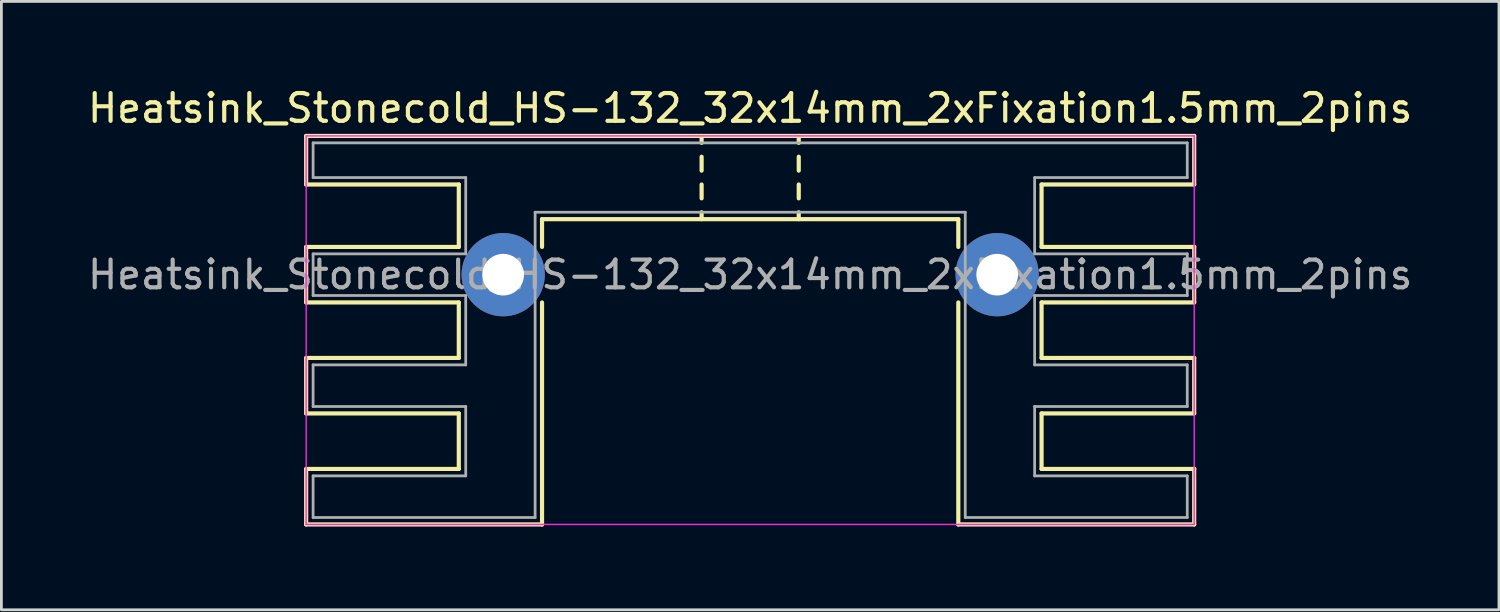
<source format=kicad_pcb>
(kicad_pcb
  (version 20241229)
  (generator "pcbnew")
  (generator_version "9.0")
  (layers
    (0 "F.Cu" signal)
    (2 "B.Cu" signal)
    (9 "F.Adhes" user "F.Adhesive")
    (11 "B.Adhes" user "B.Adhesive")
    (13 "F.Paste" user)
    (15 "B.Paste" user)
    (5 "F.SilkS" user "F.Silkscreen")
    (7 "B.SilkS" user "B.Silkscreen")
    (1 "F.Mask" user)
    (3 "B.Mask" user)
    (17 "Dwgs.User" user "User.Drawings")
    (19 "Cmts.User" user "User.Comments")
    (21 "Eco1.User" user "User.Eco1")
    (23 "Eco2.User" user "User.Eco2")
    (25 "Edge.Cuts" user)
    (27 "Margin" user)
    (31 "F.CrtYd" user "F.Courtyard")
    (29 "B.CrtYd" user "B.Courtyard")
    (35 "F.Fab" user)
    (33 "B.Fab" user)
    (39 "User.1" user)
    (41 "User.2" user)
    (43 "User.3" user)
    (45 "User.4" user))
  (footprint "Heatsink_Stonecold_HS-132_32x14mm_2xFixation1.5mm_2pins"
    (layer "F.Cu")
    (at 23.982 6.848)
    (property "Reference" "Heatsink_Stonecold_HS-132_32x14mm_2xFixation1.5mm_2pins" (at 0 -6 0) (layer "F.SilkS") (effects (font (size 1 1) (thickness 0.15))))
    (attr through_hole)
    (fp_line (start -16 -5) (end 16 -5) (stroke (width 0.15) (type solid)) (layer "F.SilkS"))
    (fp_line (start -16 -3.25) (end -16 -5) (stroke (width 0.15) (type solid)) (layer "F.SilkS"))
    (fp_line (start -16 -1) (end -16 1) (stroke (width 0.15) (type solid)) (layer "F.SilkS"))
    (fp_line (start -16 1) (end -10.5 1) (stroke (width 0.15) (type solid)) (layer "F.SilkS"))
    (fp_line (start -16 3) (end -16 5) (stroke (width 0.15) (type solid)) (layer "F.SilkS"))
    (fp_line (start -16 5) (end -10.5 5) (stroke (width 0.15) (type solid)) (layer "F.SilkS"))
    (fp_line (start -16 7) (end -16 9) (stroke (width 0.15) (type solid)) (layer "F.SilkS"))
    (fp_line (start -10.5 -3.25) (end -16 -3.25) (stroke (width 0.15) (type solid)) (layer "F.SilkS"))
    (fp_line (start -10.5 -3.25) (end -10.5 -1) (stroke (width 0.15) (type solid)) (layer "F.SilkS"))
    (fp_line (start -10.5 -1) (end -16 -1) (stroke (width 0.15) (type solid)) (layer "F.SilkS"))
    (fp_line (start -10.5 1) (end -10.5 3) (stroke (width 0.15) (type solid)) (layer "F.SilkS"))
    (fp_line (start -10.5 3) (end -16 3) (stroke (width 0.15) (type solid)) (layer "F.SilkS"))
    (fp_line (start -10.5 5) (end -10.5 7) (stroke (width 0.15) (type solid)) (layer "F.SilkS"))
    (fp_line (start -10.5 7) (end -16 7) (stroke (width 0.15) (type solid)) (layer "F.SilkS"))
    (fp_line (start -7.5 -2) (end -7.5 -1) (stroke (width 0.15) (type solid)) (layer "F.SilkS"))
    (fp_line (start -7.5 -2) (end 7.5 -2) (stroke (width 0.15) (type solid)) (layer "F.SilkS"))
    (fp_line (start -7.5 1) (end -7.5 9) (stroke (width 0.15) (type solid)) (layer "F.SilkS"))
    (fp_line (start -7.5 9) (end -16 9) (stroke (width 0.15) (type solid)) (layer "F.SilkS"))
    (fp_line (start -1.75 -4.75) (end -1.75 -5) (stroke (width 0.15) (type solid)) (layer "F.SilkS"))
    (fp_line (start -1.75 -4.25) (end -1.75 -3.75) (stroke (width 0.15) (type solid)) (layer "F.SilkS"))
    (fp_line (start -1.75 -3.25) (end -1.75 -2.75) (stroke (width 0.15) (type solid)) (layer "F.SilkS"))
    (fp_line (start -1.75 -2.25) (end -1.75 -2) (stroke (width 0.15) (type solid)) (layer "F.SilkS"))
    (fp_line (start 1.75 -4.75) (end 1.75 -5) (stroke (width 0.15) (type solid)) (layer "F.SilkS"))
    (fp_line (start 1.75 -4.25) (end 1.75 -3.75) (stroke (width 0.15) (type solid)) (layer "F.SilkS"))
    (fp_line (start 1.75 -3.25) (end 1.75 -2.75) (stroke (width 0.15) (type solid)) (layer "F.SilkS"))
    (fp_line (start 1.75 -2.25) (end 1.75 -2) (stroke (width 0.15) (type solid)) (layer "F.SilkS"))
    (fp_line (start 7.5 -2) (end 7.5 -1) (stroke (width 0.15) (type solid)) (layer "F.SilkS"))
    (fp_line (start 7.5 1) (end 7.5 9) (stroke (width 0.15) (type solid)) (layer "F.SilkS"))
    (fp_line (start 7.5 9) (end 16 9) (stroke (width 0.15) (type solid)) (layer "F.SilkS"))
    (fp_line (start 10.5 -3.25) (end 10.5 -1) (stroke (width 0.15) (type solid)) (layer "F.SilkS"))
    (fp_line (start 10.5 -3.25) (end 16 -3.25) (stroke (width 0.15) (type solid)) (layer "F.SilkS"))
    (fp_line (start 10.5 -1) (end 16 -1) (stroke (width 0.15) (type solid)) (layer "F.SilkS"))
    (fp_line (start 10.5 1) (end 10.5 3) (stroke (width 0.15) (type solid)) (layer "F.SilkS"))
    (fp_line (start 10.5 1) (end 16 1) (stroke (width 0.15) (type solid)) (layer "F.SilkS"))
    (fp_line (start 10.5 3) (end 16 3) (stroke (width 0.15) (type solid)) (layer "F.SilkS"))
    (fp_line (start 10.5 5) (end 10.5 7) (stroke (width 0.15) (type solid)) (layer "F.SilkS"))
    (fp_line (start 10.5 5) (end 16 5) (stroke (width 0.15) (type solid)) (layer "F.SilkS"))
    (fp_line (start 10.5 7) (end 16 7) (stroke (width 0.15) (type solid)) (layer "F.SilkS"))
    (fp_line (start 16 -5) (end 16 -3.25) (stroke (width 0.15) (type solid)) (layer "F.SilkS"))
    (fp_line (start 16 -1) (end 16 1) (stroke (width 0.15) (type solid)) (layer "F.SilkS"))
    (fp_line (start 16 3) (end 16 5) (stroke (width 0.15) (type solid)) (layer "F.SilkS"))
    (fp_line (start 16 7) (end 16 9) (stroke (width 0.15) (type solid)) (layer "F.SilkS"))
    (fp_line (start -16 -5) (end -16 9) (stroke (width 0.05) (type solid)) (layer "F.CrtYd"))
    (fp_line (start -16 -5) (end 16 -5) (stroke (width 0.05) (type solid)) (layer "F.CrtYd"))
    (fp_line (start 16 9) (end -16 9) (stroke (width 0.05) (type solid)) (layer "F.CrtYd"))
    (fp_line (start 16 9) (end 16 -5) (stroke (width 0.05) (type solid)) (layer "F.CrtYd"))
    (fp_line (start -15.75 -4.75) (end -15.75 -3.5) (stroke (width 0.1) (type solid)) (layer "F.Fab"))
    (fp_line (start -15.75 -3.5) (end -10.25 -3.5) (stroke (width 0.1) (type solid)) (layer "F.Fab"))
    (fp_line (start -15.75 -0.75) (end -15.75 0.75) (stroke (width 0.1) (type solid)) (layer "F.Fab"))
    (fp_line (start -15.75 0.75) (end -10.25 0.75) (stroke (width 0.1) (type solid)) (layer "F.Fab"))
    (fp_line (start -15.75 3.25) (end -15.75 4.75) (stroke (width 0.1) (type solid)) (layer "F.Fab"))
    (fp_line (start -15.75 4.75) (end -10.25 4.75) (stroke (width 0.1) (type solid)) (layer "F.Fab"))
    (fp_line (start -15.75 7.25) (end -15.75 8.75) (stroke (width 0.1) (type solid)) (layer "F.Fab"))
    (fp_line (start -15.75 8.75) (end -7.75 8.75) (stroke (width 0.1) (type solid)) (layer "F.Fab"))
    (fp_line (start -10.25 -3.5) (end -10.25 -0.75) (stroke (width 0.1) (type solid)) (layer "F.Fab"))
    (fp_line (start -10.25 -0.75) (end -15.75 -0.75) (stroke (width 0.1) (type solid)) (layer "F.Fab"))
    (fp_line (start -10.25 0.75) (end -10.25 3.25) (stroke (width 0.1) (type solid)) (layer "F.Fab"))
    (fp_line (start -10.25 3.25) (end -15.75 3.25) (stroke (width 0.1) (type solid)) (layer "F.Fab"))
    (fp_line (start -10.25 4.75) (end -10.25 7.25) (stroke (width 0.1) (type solid)) (layer "F.Fab"))
    (fp_line (start -10.25 7.25) (end -15.75 7.25) (stroke (width 0.1) (type solid)) (layer "F.Fab"))
    (fp_line (start -7.75 -2.25) (end 7.75 -2.25) (stroke (width 0.1) (type solid)) (layer "F.Fab"))
    (fp_line (start -7.75 8.75) (end -7.75 -2.25) (stroke (width 0.1) (type solid)) (layer "F.Fab"))
    (fp_line (start 7.75 -2.25) (end 7.75 8.75) (stroke (width 0.1) (type solid)) (layer "F.Fab"))
    (fp_line (start 7.75 8.75) (end 15.75 8.75) (stroke (width 0.1) (type solid)) (layer "F.Fab"))
    (fp_line (start 10.25 -3.5) (end 15.75 -3.5) (stroke (width 0.1) (type solid)) (layer "F.Fab"))
    (fp_line (start 10.25 -0.75) (end 10.25 -3.5) (stroke (width 0.1) (type solid)) (layer "F.Fab"))
    (fp_line (start 10.25 0.75) (end 15.75 0.75) (stroke (width 0.1) (type solid)) (layer "F.Fab"))
    (fp_line (start 10.25 3.25) (end 10.25 0.75) (stroke (width 0.1) (type solid)) (layer "F.Fab"))
    (fp_line (start 10.25 4.75) (end 15.75 4.75) (stroke (width 0.1) (type solid)) (layer "F.Fab"))
    (fp_line (start 10.25 7.25) (end 10.25 4.75) (stroke (width 0.1) (type solid)) (layer "F.Fab"))
    (fp_line (start 15.75 -4.75) (end -15.75 -4.75) (stroke (width 0.1) (type solid)) (layer "F.Fab"))
    (fp_line (start 15.75 -3.5) (end 15.75 -4.75) (stroke (width 0.1) (type solid)) (layer "F.Fab"))
    (fp_line (start 15.75 -0.75) (end 10.25 -0.75) (stroke (width 0.1) (type solid)) (layer "F.Fab"))
    (fp_line (start 15.75 0.75) (end 15.75 -0.75) (stroke (width 0.1) (type solid)) (layer "F.Fab"))
    (fp_line (start 15.75 3.25) (end 10.25 3.25) (stroke (width 0.1) (type solid)) (layer "F.Fab"))
    (fp_line (start 15.75 4.75) (end 15.75 3.25) (stroke (width 0.1) (type solid)) (layer "F.Fab"))
    (fp_line (start 15.75 7.25) (end 10.25 7.25) (stroke (width 0.1) (type solid)) (layer "F.Fab"))
    (fp_line (start 15.75 8.75) (end 15.75 7.25) (stroke (width 0.1) (type solid)) (layer "F.Fab"))
    (fp_text user "${REFERENCE}" (at 0 0 0) (layer "F.Fab") (effects (font (size 1 1) (thickness 0.15))))
    (pad "1" thru_hole circle (at -8.9 0) (size 3 3) (drill 1.5) (layers "*.Cu" "*.Mask"))
    (pad "2" thru_hole circle (at 8.9 0) (size 3 3) (drill 1.5) (layers "*.Cu" "*.Mask")))
  (gr_rect
    (start -3 -3)
    (end 50.964 18.923)
    (stroke (width 0.1) (type default))
    (fill no)
    (layer "Edge.Cuts")))
</source>
